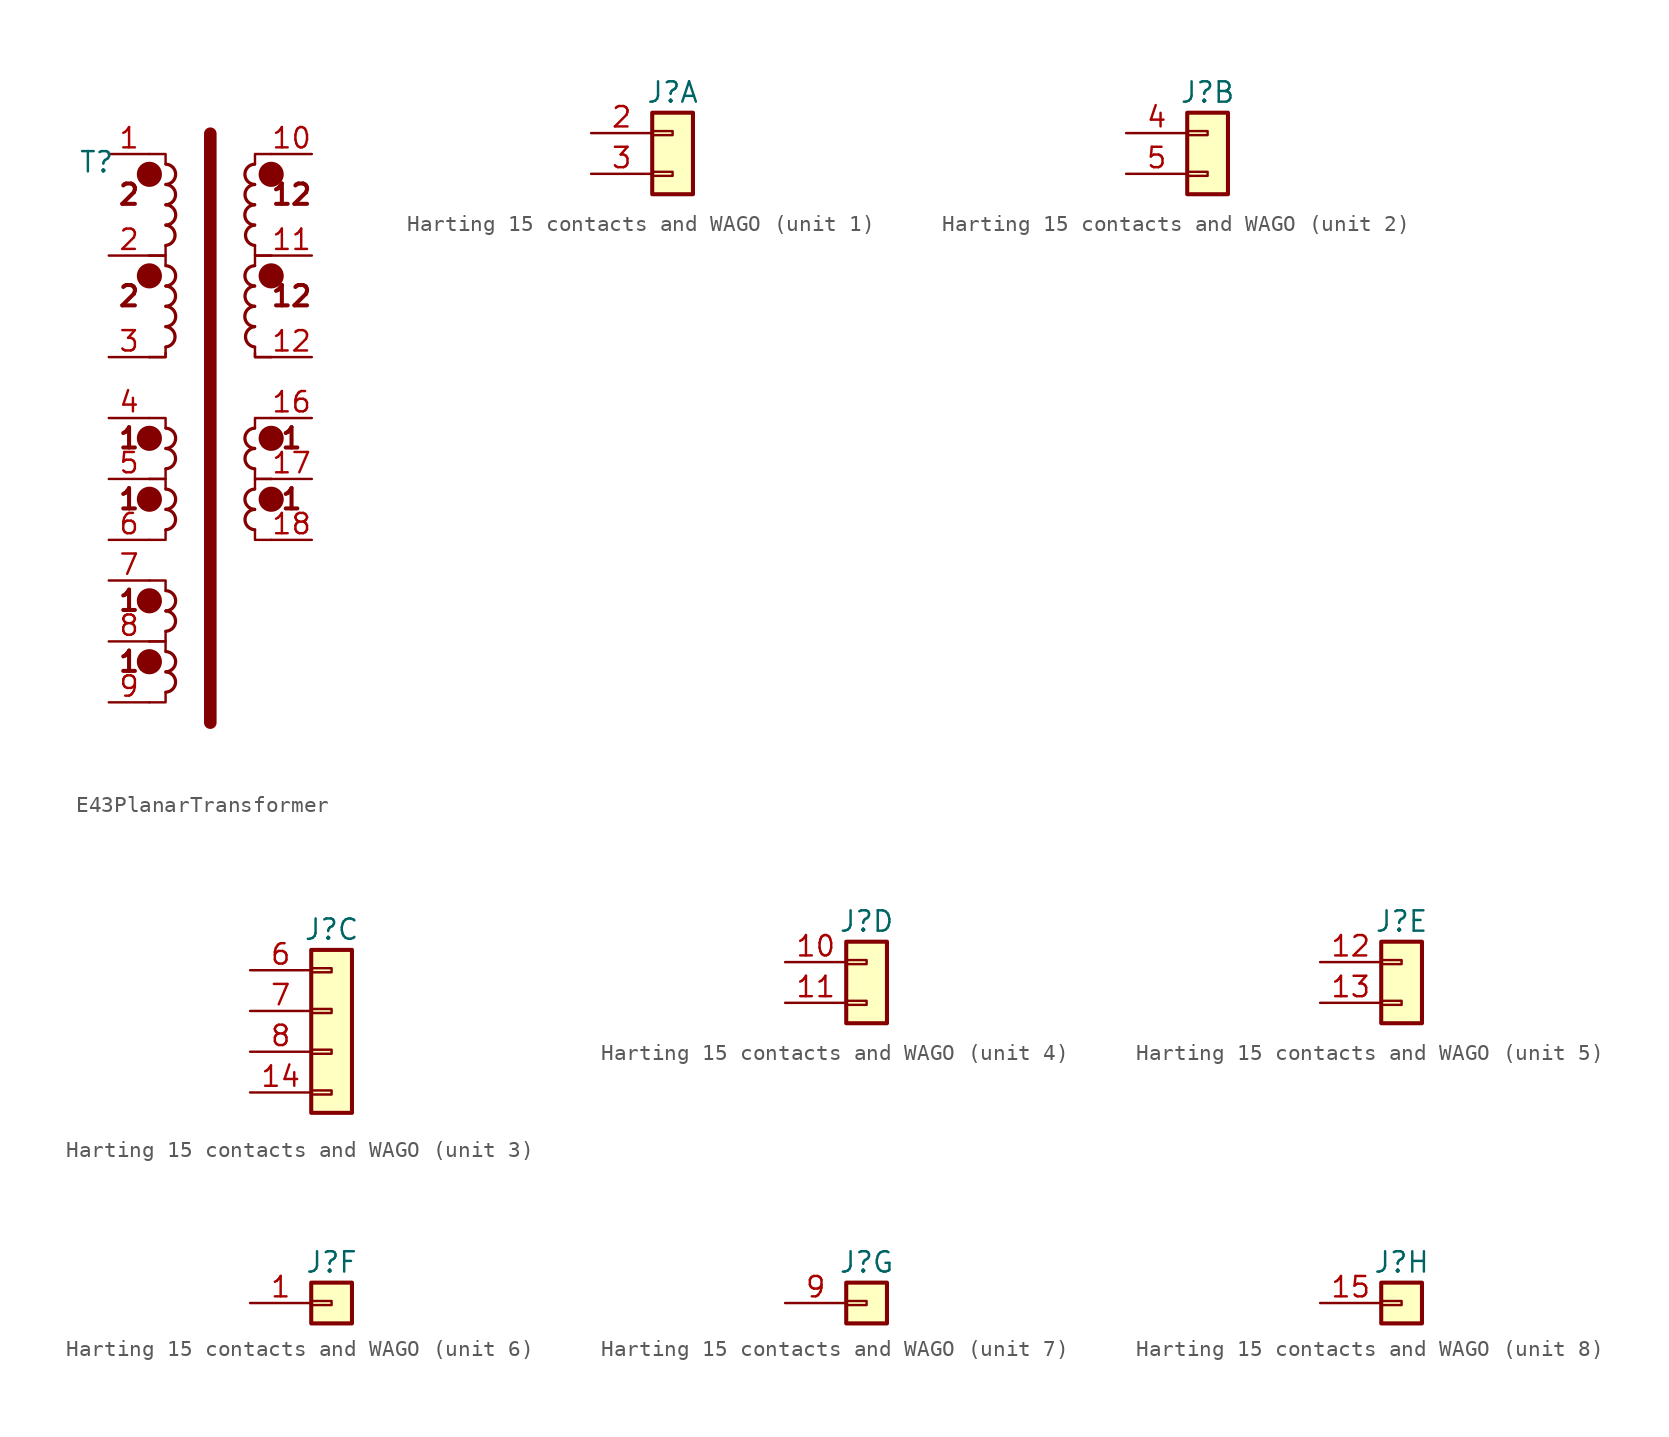
<source format=kicad_sym>
(kicad_symbol_lib
  (version 20220914)
  (generator kicad_symbol_editor)
  (symbol "E43PlanarTransformer"
    (property "Reference" "T"
      (at -0.762 -0.508 0)
      (effects (font (size 1.27 1.27))))
    (property "Value" ""
      (at -0.762 -0.508 0)
      (effects (font (size 1.27 1.27))))
    (symbol "E43PlanarTransformer_0_0"
      (text "2" (at 1.27 -2.54 0) (effects (font (size 1.27 1.27) bold))))
    (symbol "E43PlanarTransformer_0_1"
      (polyline (pts (xy 6.35 -35.56) (xy 6.35 1.27)) (stroke (width 0.787) (type solid)) (fill (type none))))
    (symbol "E43PlanarTransformer_1_1"
      (polyline (pts (xy 3.553 -33.655) (xy 3.553 -34.29) (xy 2.537 -34.29)) (stroke (width 0) (type solid)) (fill (type none)))
      (polyline (pts (xy 3.553 -31.115) (xy 3.553 -30.48) (xy 2.537 -30.48)) (stroke (width 0) (type solid)) (fill (type none)))
      (polyline (pts (xy 3.553 -29.845) (xy 3.553 -30.48) (xy 2.537 -30.48)) (stroke (width 0) (type solid)) (fill (type none)))
      (polyline (pts (xy 3.553 -27.305) (xy 3.553 -26.67) (xy 2.537 -26.67)) (stroke (width 0) (type solid)) (fill (type none)))
      (polyline (pts (xy 3.553 -23.495) (xy 3.553 -24.13) (xy 2.537 -24.13)) (stroke (width 0) (type solid)) (fill (type none)))
      (polyline (pts (xy 3.553 -20.955) (xy 3.553 -20.32) (xy 2.537 -20.32)) (stroke (width 0) (type solid)) (fill (type none)))
      (polyline (pts (xy 3.553 -19.685) (xy 3.553 -20.32) (xy 2.537 -20.32)) (stroke (width 0) (type solid)) (fill (type none)))
      (polyline (pts (xy 3.553 -17.145) (xy 3.553 -16.51) (xy 2.537 -16.51)) (stroke (width 0) (type solid)) (fill (type none)))
      (polyline (pts (xy 3.553 -6.985) (xy 3.553 -6.35) (xy 2.537 -6.35)) (stroke (width 0) (type solid)) (fill (type none)))
      (polyline (pts (xy 9.144 -23.495) (xy 9.144 -24.13) (xy 10.16 -24.13)) (stroke (width 0) (type solid)) (fill (type none)))
      (polyline (pts (xy 9.144 -20.955) (xy 9.144 -20.32) (xy 10.16 -20.32)) (stroke (width 0) (type solid)) (fill (type none)))
      (polyline (pts (xy 9.144 -19.685) (xy 9.144 -20.32) (xy 10.16 -20.32)) (stroke (width 0) (type solid)) (fill (type none)))
      (polyline (pts (xy 9.144 -17.145) (xy 9.144 -16.51) (xy 10.16 -16.51)) (stroke (width 0) (type solid)) (fill (type none)))
      (polyline (pts (xy 9.144 -6.985) (xy 9.144 -6.35) (xy 10.16 -6.35)) (stroke (width 0) (type solid)) (fill (type none)))
      (polyline (pts (xy 3.553 -12.446) (xy 3.553 -12.7) (xy 2.537 -12.7) (xy 2.537 -12.7)) (stroke (width 0) (type solid)) (fill (type none)))
      (polyline (pts (xy 3.553 -12.065) (xy 3.553 -12.7) (xy 2.537 -12.7) (xy 2.537 -12.7)) (stroke (width 0) (type solid)) (fill (type none)))
      (polyline (pts (xy 3.553 -5.715) (xy 3.553 -6.35) (xy 2.537 -6.35) (xy 2.537 -6.35)) (stroke (width 0) (type solid)) (fill (type none)))
      (polyline (pts (xy 3.553 -0.635) (xy 3.553 0) (xy 2.537 0) (xy 2.537 0)) (stroke (width 0) (type solid)) (fill (type none)))
      (polyline (pts (xy 9.144 -12.446) (xy 9.144 -12.7) (xy 10.16 -12.7) (xy 10.16 -12.7)) (stroke (width 0) (type solid)) (fill (type none)))
      (polyline (pts (xy 9.144 -12.065) (xy 9.144 -12.7) (xy 10.16 -12.7) (xy 10.16 -12.7)) (stroke (width 0) (type solid)) (fill (type none)))
      (polyline (pts (xy 9.144 -5.715) (xy 9.144 -6.35) (xy 10.16 -6.35) (xy 10.16 -6.35)) (stroke (width 0) (type solid)) (fill (type none)))
      (polyline (pts (xy 9.144 -0.635) (xy 9.144 0) (xy 10.16 0) (xy 10.16 0)) (stroke (width 0) (type solid)) (fill (type none)))
      (circle (center 2.54 -31.75) (radius 0.0001) (stroke (width 0.787) (type solid)) (fill (type none)))
      (circle (center 2.54 -27.94) (radius 0.0001) (stroke (width 0.787) (type solid)) (fill (type none)))
      (circle (center 2.54 -21.59) (radius 0.0001) (stroke (width 0.787) (type solid)) (fill (type none)))
      (circle (center 2.54 -17.78) (radius 0.0001) (stroke (width 0.787) (type solid)) (fill (type none)))
      (circle (center 2.54 -7.62) (radius 0.0001) (stroke (width 0.787) (type solid)) (fill (type none)))
      (circle (center 2.54 -1.27) (radius 0.0001) (stroke (width 0.787) (type solid)) (fill (type none)))
      (arc (start 3.5736 -33.6551) (mid 4.1776 -33.0217) (end 3.5769 -32.3851) (stroke (width 0.2032) (type solid)) (fill (type none)))
      (arc (start 3.5736 -32.3851) (mid 4.1824 -31.7517) (end 3.5769 -31.1151) (stroke (width 0.2032) (type solid)) (fill (type none)))
      (arc (start 3.5736 -29.8451) (mid 4.1776 -29.2117) (end 3.5769 -28.5751) (stroke (width 0.2032) (type solid)) (fill (type none)))
      (arc (start 3.5736 -28.5751) (mid 4.1824 -27.9417) (end 3.5769 -27.3051) (stroke (width 0.2032) (type solid)) (fill (type none)))
      (arc (start 3.5736 -23.4951) (mid 4.1776 -22.8617) (end 3.5769 -22.2251) (stroke (width 0.2032) (type solid)) (fill (type none)))
      (arc (start 3.5736 -22.2251) (mid 4.1824 -21.5917) (end 3.5769 -20.9551) (stroke (width 0.2032) (type solid)) (fill (type none)))
      (arc (start 3.5736 -19.6851) (mid 4.1776 -19.0517) (end 3.5769 -18.4151) (stroke (width 0.2032) (type solid)) (fill (type none)))
      (arc (start 3.5736 -18.4151) (mid 4.1824 -17.7817) (end 3.5769 -17.1451) (stroke (width 0.2032) (type solid)) (fill (type none)))
      (arc (start 3.5736 -12.0651) (mid 4.1453 -11.4317) (end 3.5769 -10.7951) (stroke (width 0.2032) (type solid)) (fill (type none)))
      (arc (start 3.5736 -10.7951) (mid 4.1881 -10.1617) (end 3.5769 -9.5251) (stroke (width 0.2032) (type solid)) (fill (type none)))
      (arc (start 3.5736 -9.5251) (mid 4.1776 -8.8917) (end 3.5769 -8.2551) (stroke (width 0.2032) (type solid)) (fill (type none)))
      (arc (start 3.5736 -8.2551) (mid 4.1824 -7.6217) (end 3.5769 -6.9851) (stroke (width 0.2032) (type solid)) (fill (type none)))
      (arc (start 3.5736 -5.7151) (mid 4.1453 -5.0817) (end 3.5769 -4.4451) (stroke (width 0.2032) (type solid)) (fill (type none)))
      (arc (start 3.5736 -4.4451) (mid 4.1881 -3.8117) (end 3.5769 -3.1751) (stroke (width 0.2032) (type solid)) (fill (type none)))
      (arc (start 3.5736 -3.1751) (mid 4.1776 -2.5417) (end 3.5769 -1.9051) (stroke (width 0.2032) (type solid)) (fill (type none)))
      (arc (start 3.5736 -1.9051) (mid 4.1824 -1.2717) (end 3.5769 -0.6351) (stroke (width 0.2032) (type solid)) (fill (type none)))
      (arc (start 9.1198 -22.2251) (mid 8.5191 -22.8617) (end 9.1231 -23.4951) (stroke (width 0.2032) (type solid)) (fill (type none)))
      (arc (start 9.1198 -20.9551) (mid 8.5144 -21.5917) (end 9.1231 -22.2251) (stroke (width 0.2032) (type solid)) (fill (type none)))
      (arc (start 9.1198 -18.4151) (mid 8.5191 -19.0517) (end 9.1231 -19.6851) (stroke (width 0.2032) (type solid)) (fill (type none)))
      (arc (start 9.1198 -17.1451) (mid 8.5144 -17.7817) (end 9.1231 -18.4151) (stroke (width 0.2032) (type solid)) (fill (type none)))
      (arc (start 9.1198 -10.7951) (mid 8.5512 -11.4317) (end 9.1231 -12.0651) (stroke (width 0.2032) (type solid)) (fill (type none)))
      (arc (start 9.1198 -9.5251) (mid 8.5086 -10.1617) (end 9.1231 -10.7951) (stroke (width 0.2032) (type solid)) (fill (type none)))
      (arc (start 9.1198 -8.2551) (mid 8.5191 -8.8917) (end 9.1231 -9.5251) (stroke (width 0.2032) (type solid)) (fill (type none)))
      (arc (start 9.1198 -6.9851) (mid 8.5144 -7.6217) (end 9.1231 -8.2551) (stroke (width 0.2032) (type solid)) (fill (type none)))
      (arc (start 9.1198 -4.4451) (mid 8.5506 -5.0816) (end 9.1231 -5.7151) (stroke (width 0.2032) (type solid)) (fill (type none)))
      (arc (start 9.1198 -3.1751) (mid 8.5086 -3.8117) (end 9.1231 -4.4451) (stroke (width 0.2032) (type solid)) (fill (type none)))
      (arc (start 9.1198 -1.9051) (mid 8.5194 -2.5417) (end 9.1231 -3.1751) (stroke (width 0.2032) (type solid)) (fill (type none)))
      (arc (start 9.1198 -0.6351) (mid 8.5135 -1.2717) (end 9.1231 -1.9051) (stroke (width 0.2032) (type solid)) (fill (type none)))
      (circle (center 10.157 -21.59) (radius 0.0001) (stroke (width 0.787) (type solid)) (fill (type none)))
      (circle (center 10.157 -17.78) (radius 0.0001) (stroke (width 0.787) (type solid)) (fill (type none)))
      (circle (center 10.157 -7.62) (radius 0.0001) (stroke (width 0.787) (type solid)) (fill (type none)))
      (circle (center 10.157 -1.27) (radius 0.0001) (stroke (width 0.787) (type solid)) (fill (type none)))
      (text "1" (at 1.27 -31.75 0) (effects (font (size 1.27 1.27) bold)))
      (text "1" (at 1.27 -27.94 0) (effects (font (size 1.27 1.27) bold)))
      (text "1" (at 1.27 -21.59 0) (effects (font (size 1.27 1.27) bold)))
      (text "1" (at 1.27 -17.78 0) (effects (font (size 1.27 1.27) bold)))
      (text "1" (at 11.43 -21.59 0) (effects (font (size 1.27 1.27) bold)))
      (text "1" (at 11.43 -17.78 0) (effects (font (size 1.27 1.27) bold)))
      (text "12" (at 11.43 -8.89 0) (effects (font (size 1.27 1.27) bold)))
      (text "12" (at 11.43 -2.54 0) (effects (font (size 1.27 1.27) bold)))
      (text "2" (at 1.27 -8.89 0) (effects (font (size 1.27 1.27) bold)))
      (pin passive line (at 0 0 0) (length 2.54) (name "~" (effects (font (size 1.27 1.27)))) (number "1" (effects (font (size 1.27 1.27)))))
      (pin passive line (at 12.7 0 180) (length 2.54) (name "~" (effects (font (size 1.27 1.27)))) (number "10" (effects (font (size 1.27 1.27)))))
      (pin passive line (at 12.7 -6.35 180) (length 2.54) (name "~" (effects (font (size 1.27 1.27)))) (number "11" (effects (font (size 1.27 1.27)))))
      (pin passive line (at 12.7 -12.7 180) (length 2.54) (name "~" (effects (font (size 1.27 1.27)))) (number "12" (effects (font (size 1.27 1.27)))))
      (pin passive line (at 12.7 -16.51 180) (length 2.54) (name "~" (effects (font (size 1.27 1.27)))) (number "16" (effects (font (size 1.27 1.27)))))
      (pin passive line (at 12.7 -20.32 180) (length 2.54) (name "~" (effects (font (size 1.27 1.27)))) (number "17" (effects (font (size 1.27 1.27)))))
      (pin passive line (at 12.7 -24.13 180) (length 2.54) (name "~" (effects (font (size 1.27 1.27)))) (number "18" (effects (font (size 1.27 1.27)))))
      (pin passive line (at 0 -6.35 0) (length 2.54) (name "~" (effects (font (size 1.27 1.27)))) (number "2" (effects (font (size 1.27 1.27)))))
      (pin passive line (at 0 -12.7 0) (length 2.54) (name "~" (effects (font (size 1.27 1.27)))) (number "3" (effects (font (size 1.27 1.27)))))
      (pin passive line (at 0 -16.51 0) (length 2.54) (name "~" (effects (font (size 1.27 1.27)))) (number "4" (effects (font (size 1.27 1.27)))))
      (pin passive line (at 0 -20.32 0) (length 2.54) (name "~" (effects (font (size 1.27 1.27)))) (number "5" (effects (font (size 1.27 1.27)))))
      (pin passive line (at 0 -24.13 0) (length 2.54) (name "~" (effects (font (size 1.27 1.27)))) (number "6" (effects (font (size 1.27 1.27)))))
      (pin passive line (at 0 -26.67 0) (length 2.54) (name "~" (effects (font (size 1.27 1.27)))) (number "7" (effects (font (size 1.27 1.27)))))
      (pin passive line (at 0 -30.48 0) (length 2.54) (name "~" (effects (font (size 1.27 1.27)))) (number "8" (effects (font (size 1.27 1.27)))))
      (pin passive line (at 0 -34.29 0) (length 2.54) (name "~" (effects (font (size 1.27 1.27)))) (number "9" (effects (font (size 1.27 1.27)))))))
  (symbol "Harting 15 contacts and WAGO"
    (pin_names
      (offset 1.016) hide)
    (property "Reference" "J"
      (at 0 2.54 0)
      (effects (font (size 1.27 1.27))))
    (property "ki_locked" ""
      (at 0 0 0)
      (effects (font (size 1.27 1.27))))
    (symbol "Harting 15 contacts and WAGO_1_1"
      (rectangle (start -1.27 -2.413) (end 0 -2.667) (stroke (width 0.152) (type default)) (fill (type none)))
      (rectangle (start -1.27 0.127) (end 0 -0.127) (stroke (width 0.152) (type default)) (fill (type none)))
      (rectangle (start -1.27 1.27) (end 1.27 -3.81) (stroke (width 0.254) (type default)) (fill (type background)))
      (pin passive line (at -5.08 0 0) (length 3.81) (name "Pin_1" (effects (font (size 1.27 1.27)))) (number "2" (effects (font (size 1.27 1.27)))))
      (pin passive line (at -5.08 -2.54 0) (length 3.81) (name "Pin_2" (effects (font (size 1.27 1.27)))) (number "3" (effects (font (size 1.27 1.27))))))
    (symbol "Harting 15 contacts and WAGO_2_1"
      (rectangle (start -1.27 -2.413) (end 0 -2.667) (stroke (width 0.152) (type default)) (fill (type none)))
      (rectangle (start -1.27 0.127) (end 0 -0.127) (stroke (width 0.152) (type default)) (fill (type none)))
      (rectangle (start -1.27 1.27) (end 1.27 -3.81) (stroke (width 0.254) (type default)) (fill (type background)))
      (pin passive line (at -5.08 0 0) (length 3.81) (name "Pin_1" (effects (font (size 1.27 1.27)))) (number "4" (effects (font (size 1.27 1.27)))))
      (pin passive line (at -5.08 -2.54 0) (length 3.81) (name "Pin_2" (effects (font (size 1.27 1.27)))) (number "5" (effects (font (size 1.27 1.27))))))
    (symbol "Harting 15 contacts and WAGO_3_1"
      (rectangle (start -1.27 -7.493) (end 0 -7.747) (stroke (width 0.152) (type default)) (fill (type none)))
      (rectangle (start -1.27 -4.953) (end 0 -5.207) (stroke (width 0.152) (type default)) (fill (type none)))
      (rectangle (start -1.27 -2.413) (end 0 -2.667) (stroke (width 0.152) (type default)) (fill (type none)))
      (rectangle (start -1.27 0.127) (end 0 -0.127) (stroke (width 0.152) (type default)) (fill (type none)))
      (rectangle (start -1.27 1.27) (end 1.27 -8.89) (stroke (width 0.254) (type default)) (fill (type background)))
      (pin passive line (at -5.08 -7.62 0) (length 3.81) (name "Pin_4" (effects (font (size 1.27 1.27)))) (number "14" (effects (font (size 1.27 1.27)))))
      (pin passive line (at -5.08 0 0) (length 3.81) (name "Pin_1" (effects (font (size 1.27 1.27)))) (number "6" (effects (font (size 1.27 1.27)))))
      (pin passive line (at -5.08 -2.54 0) (length 3.81) (name "Pin_2" (effects (font (size 1.27 1.27)))) (number "7" (effects (font (size 1.27 1.27)))))
      (pin passive line (at -5.08 -5.08 0) (length 3.81) (name "Pin_3" (effects (font (size 1.27 1.27)))) (number "8" (effects (font (size 1.27 1.27))))))
    (symbol "Harting 15 contacts and WAGO_4_1"
      (rectangle (start -1.27 -2.413) (end 0 -2.667) (stroke (width 0.152) (type default)) (fill (type none)))
      (rectangle (start -1.27 0.127) (end 0 -0.127) (stroke (width 0.152) (type default)) (fill (type none)))
      (rectangle (start -1.27 1.27) (end 1.27 -3.81) (stroke (width 0.254) (type default)) (fill (type background)))
      (pin passive line (at -5.08 0 0) (length 3.81) (name "Pin_1" (effects (font (size 1.27 1.27)))) (number "10" (effects (font (size 1.27 1.27)))))
      (pin passive line (at -5.08 -2.54 0) (length 3.81) (name "Pin_2" (effects (font (size 1.27 1.27)))) (number "11" (effects (font (size 1.27 1.27))))))
    (symbol "Harting 15 contacts and WAGO_5_1"
      (rectangle (start -1.27 -2.413) (end 0 -2.667) (stroke (width 0.152) (type default)) (fill (type none)))
      (rectangle (start -1.27 0.127) (end 0 -0.127) (stroke (width 0.152) (type default)) (fill (type none)))
      (rectangle (start -1.27 1.27) (end 1.27 -3.81) (stroke (width 0.254) (type default)) (fill (type background)))
      (pin passive line (at -5.08 0 0) (length 3.81) (name "Pin_1" (effects (font (size 1.27 1.27)))) (number "12" (effects (font (size 1.27 1.27)))))
      (pin passive line (at -5.08 -2.54 0) (length 3.81) (name "Pin_2" (effects (font (size 1.27 1.27)))) (number "13" (effects (font (size 1.27 1.27))))))
    (symbol "Harting 15 contacts and WAGO_6_1"
      (rectangle (start -1.27 0.127) (end 0 -0.127) (stroke (width 0.152) (type default)) (fill (type none)))
      (rectangle (start -1.27 1.27) (end 1.27 -1.27) (stroke (width 0.254) (type default)) (fill (type background)))
      (pin passive line (at -5.08 0 0) (length 3.81) (name "Pin_1" (effects (font (size 1.27 1.27)))) (number "1" (effects (font (size 1.27 1.27))))))
    (symbol "Harting 15 contacts and WAGO_7_1"
      (rectangle (start -1.27 0.127) (end 0 -0.127) (stroke (width 0.152) (type default)) (fill (type none)))
      (rectangle (start -1.27 1.27) (end 1.27 -1.27) (stroke (width 0.254) (type default)) (fill (type background)))
      (pin passive line (at -5.08 0 0) (length 3.81) (name "Pin_1" (effects (font (size 1.27 1.27)))) (number "9" (effects (font (size 1.27 1.27))))))
    (symbol "Harting 15 contacts and WAGO_8_1"
      (rectangle (start -1.27 0.127) (end 0 -0.127) (stroke (width 0.152) (type default)) (fill (type none)))
      (rectangle (start -1.27 1.27) (end 1.27 -1.27) (stroke (width 0.254) (type default)) (fill (type background)))
      (pin passive line (at -5.08 0 0) (length 3.81) (name "Pin_1" (effects (font (size 1.27 1.27)))) (number "15" (effects (font (size 1.27 1.27))))))))
</source>
